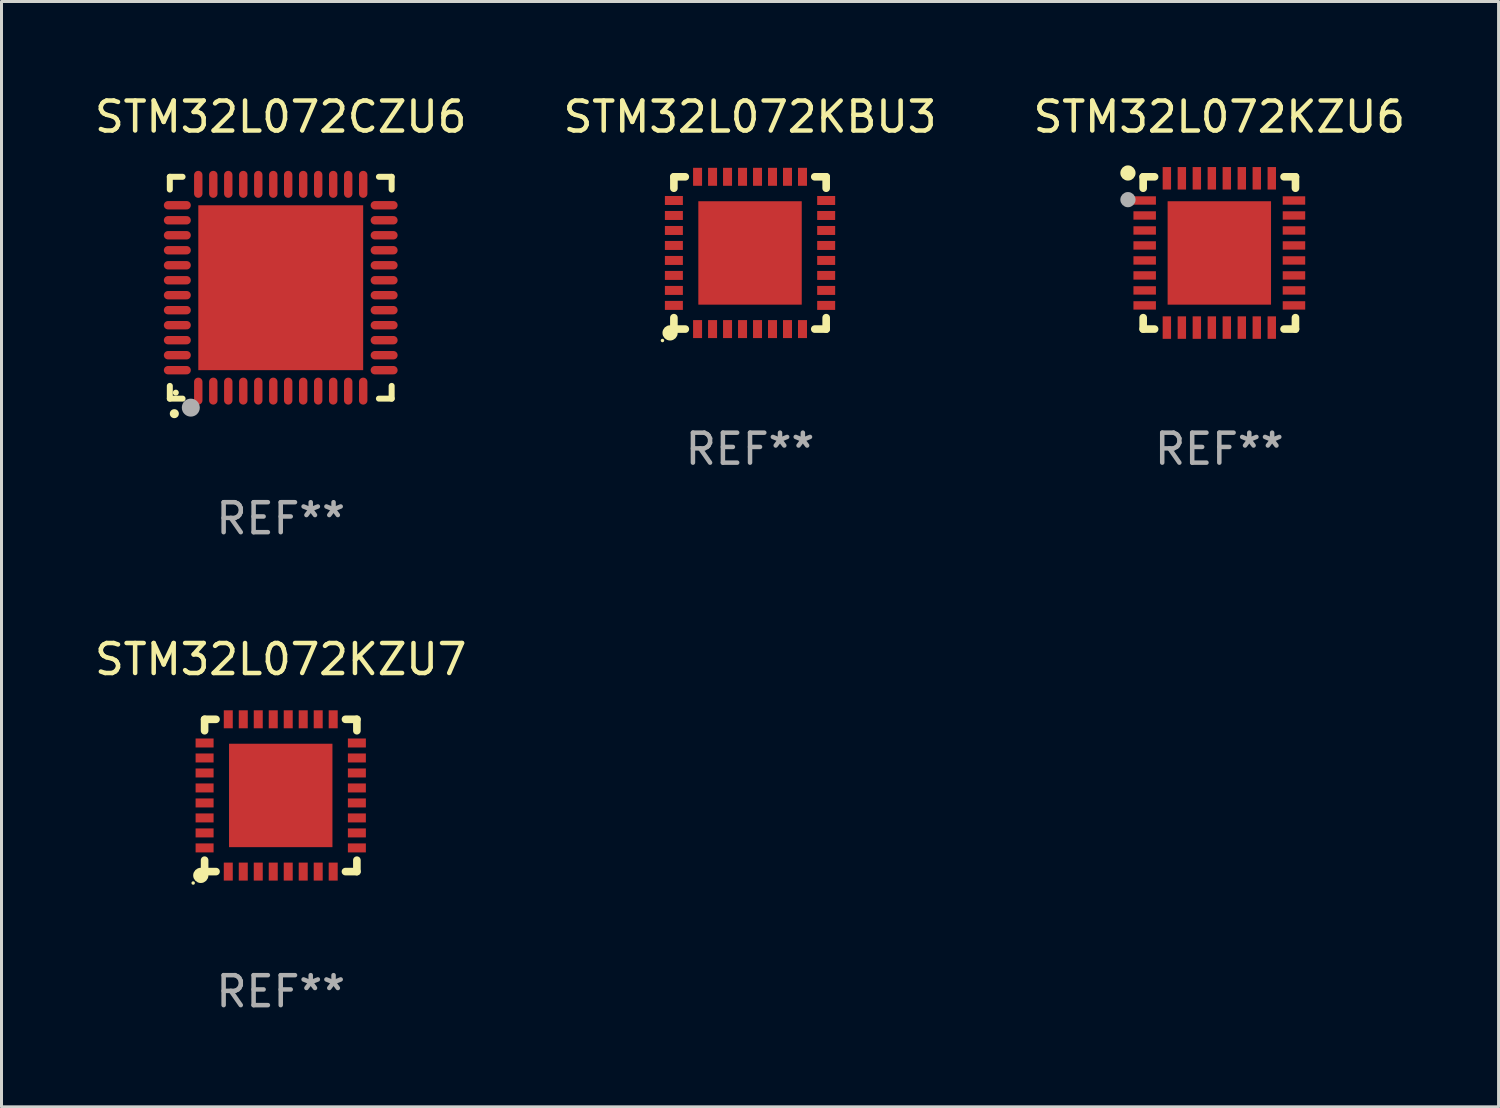
<source format=kicad_pcb>
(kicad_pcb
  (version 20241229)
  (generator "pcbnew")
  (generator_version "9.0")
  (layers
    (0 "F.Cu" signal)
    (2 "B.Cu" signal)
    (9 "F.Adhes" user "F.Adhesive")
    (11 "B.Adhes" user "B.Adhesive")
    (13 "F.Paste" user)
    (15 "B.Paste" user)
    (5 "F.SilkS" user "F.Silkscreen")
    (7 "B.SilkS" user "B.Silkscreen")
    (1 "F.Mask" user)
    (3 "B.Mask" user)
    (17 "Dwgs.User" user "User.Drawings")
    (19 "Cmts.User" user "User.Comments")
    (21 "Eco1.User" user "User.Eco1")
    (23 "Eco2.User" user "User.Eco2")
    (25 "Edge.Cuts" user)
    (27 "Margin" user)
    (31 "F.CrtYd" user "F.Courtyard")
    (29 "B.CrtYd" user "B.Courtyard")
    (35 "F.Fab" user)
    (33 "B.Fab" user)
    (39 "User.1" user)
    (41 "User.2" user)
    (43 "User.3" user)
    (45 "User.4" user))
  (footprint "STM32L072CZU6"
    (layer "F.Cu")
    (at 6.315 6.548)
    (property "Reference" "STM32L072CZU6" (at 0 -5.7 0) (layer "F.SilkS") (effects (font (size 1 1) (thickness 0.15))))
    (attr through_hole)
    (fp_line (start -3.7 -3.7) (end -3.275 -3.7) (stroke (width 0.2) (type solid)) (layer "F.SilkS"))
    (fp_line (start -3.7 -3.275) (end -3.7 -3.7) (stroke (width 0.2) (type solid)) (layer "F.SilkS"))
    (fp_line (start -3.7 3.7) (end -3.7 3.275) (stroke (width 0.2) (type solid)) (layer "F.SilkS"))
    (fp_line (start -3.275 3.7) (end -3.7 3.7) (stroke (width 0.2) (type solid)) (layer "F.SilkS"))
    (fp_line (start 3.7 -3.7) (end 3.275 -3.7) (stroke (width 0.2) (type solid)) (layer "F.SilkS"))
    (fp_line (start 3.7 -3.275) (end 3.7 -3.7) (stroke (width 0.2) (type solid)) (layer "F.SilkS"))
    (fp_line (start 3.7 3.275) (end 3.7 3.7) (stroke (width 0.2) (type solid)) (layer "F.SilkS"))
    (fp_line (start 3.7 3.7) (end 3.275 3.7) (stroke (width 0.2) (type solid)) (layer "F.SilkS"))
    (fp_arc (start -3.550927 4.201168) (mid -3.549657 4.201163) (end -3.548387 4.201168) (stroke (width 0.3) (type solid)) (layer "F.SilkS"))
    (fp_circle (center -3.5 3.5) (end -3.45 3.5) (stroke (width 0.1) (type solid)) (fill no) (layer "F.SilkS"))
    (fp_circle (center -3 4) (end -2.85 4) (stroke (width 0.3) (type solid)) (fill no) (layer "F.Fab"))
    (fp_text user "REF**" (at 0 7.7 0) (layer "F.Fab") (effects (font (size 1 1) (thickness 0.15))))
    (pad "1" smd oval (at -2.751 3.449) (size 0.28 0.9) (layers "F.Cu" "F.Mask" "F.Paste"))
    (pad "2" smd oval (at -2.25 3.449) (size 0.28 0.9) (layers "F.Cu" "F.Mask" "F.Paste"))
    (pad "3" smd oval (at -1.75 3.449) (size 0.28 0.9) (layers "F.Cu" "F.Mask" "F.Paste"))
    (pad "4" smd oval (at -1.25 3.449) (size 0.28 0.9) (layers "F.Cu" "F.Mask" "F.Paste"))
    (pad "5" smd oval (at -0.749 3.449) (size 0.28 0.9) (layers "F.Cu" "F.Mask" "F.Paste"))
    (pad "6" smd oval (at -0.249 3.449) (size 0.28 0.9) (layers "F.Cu" "F.Mask" "F.Paste"))
    (pad "7" smd oval (at 0.249 3.449) (size 0.28 0.9) (layers "F.Cu" "F.Mask" "F.Paste"))
    (pad "8" smd oval (at 0.749 3.449) (size 0.28 0.9) (layers "F.Cu" "F.Mask" "F.Paste"))
    (pad "9" smd oval (at 1.25 3.449) (size 0.28 0.9) (layers "F.Cu" "F.Mask" "F.Paste"))
    (pad "10" smd oval (at 1.75 3.449) (size 0.28 0.9) (layers "F.Cu" "F.Mask" "F.Paste"))
    (pad "11" smd oval (at 2.251 3.449) (size 0.28 0.9) (layers "F.Cu" "F.Mask" "F.Paste"))
    (pad "12" smd oval (at 2.751 3.449) (size 0.28 0.9) (layers "F.Cu" "F.Mask" "F.Paste"))
    (pad "13" smd oval (at 3.449 2.751) (size 0.9 0.28) (layers "F.Cu" "F.Mask" "F.Paste"))
    (pad "14" smd oval (at 3.449 2.251) (size 0.9 0.28) (layers "F.Cu" "F.Mask" "F.Paste"))
    (pad "15" smd oval (at 3.449 1.75) (size 0.9 0.28) (layers "F.Cu" "F.Mask" "F.Paste"))
    (pad "16" smd oval (at 3.449 1.25) (size 0.9 0.28) (layers "F.Cu" "F.Mask" "F.Paste"))
    (pad "17" smd oval (at 3.449 0.749) (size 0.9 0.28) (layers "F.Cu" "F.Mask" "F.Paste"))
    (pad "18" smd oval (at 3.449 0.249) (size 0.9 0.28) (layers "F.Cu" "F.Mask" "F.Paste"))
    (pad "19" smd oval (at 3.449 -0.249) (size 0.9 0.28) (layers "F.Cu" "F.Mask" "F.Paste"))
    (pad "20" smd oval (at 3.449 -0.749) (size 0.9 0.28) (layers "F.Cu" "F.Mask" "F.Paste"))
    (pad "21" smd oval (at 3.449 -1.25) (size 0.9 0.28) (layers "F.Cu" "F.Mask" "F.Paste"))
    (pad "22" smd oval (at 3.449 -1.75) (size 0.9 0.28) (layers "F.Cu" "F.Mask" "F.Paste"))
    (pad "23" smd oval (at 3.449 -2.25) (size 0.9 0.28) (layers "F.Cu" "F.Mask" "F.Paste"))
    (pad "24" smd oval (at 3.449 -2.751) (size 0.9 0.28) (layers "F.Cu" "F.Mask" "F.Paste"))
    (pad "25" smd oval (at 2.751 -3.449) (size 0.28 0.9) (layers "F.Cu" "F.Mask" "F.Paste"))
    (pad "26" smd oval (at 2.251 -3.449) (size 0.28 0.9) (layers "F.Cu" "F.Mask" "F.Paste"))
    (pad "27" smd oval (at 1.75 -3.449) (size 0.28 0.9) (layers "F.Cu" "F.Mask" "F.Paste"))
    (pad "28" smd oval (at 1.25 -3.449) (size 0.28 0.9) (layers "F.Cu" "F.Mask" "F.Paste"))
    (pad "29" smd oval (at 0.749 -3.449) (size 0.28 0.9) (layers "F.Cu" "F.Mask" "F.Paste"))
    (pad "30" smd oval (at 0.249 -3.449) (size 0.28 0.9) (layers "F.Cu" "F.Mask" "F.Paste"))
    (pad "31" smd oval (at -0.249 -3.449) (size 0.28 0.9) (layers "F.Cu" "F.Mask" "F.Paste"))
    (pad "32" smd oval (at -0.749 -3.449) (size 0.28 0.9) (layers "F.Cu" "F.Mask" "F.Paste"))
    (pad "33" smd oval (at -1.25 -3.449) (size 0.28 0.9) (layers "F.Cu" "F.Mask" "F.Paste"))
    (pad "34" smd oval (at -1.75 -3.449) (size 0.28 0.9) (layers "F.Cu" "F.Mask" "F.Paste"))
    (pad "35" smd oval (at -2.25 -3.449) (size 0.28 0.9) (layers "F.Cu" "F.Mask" "F.Paste"))
    (pad "36" smd oval (at -2.751 -3.449) (size 0.28 0.9) (layers "F.Cu" "F.Mask" "F.Paste"))
    (pad "37" smd oval (at -3.449 -2.751) (size 0.9 0.28) (layers "F.Cu" "F.Mask" "F.Paste"))
    (pad "38" smd oval (at -3.449 -2.25) (size 0.9 0.28) (layers "F.Cu" "F.Mask" "F.Paste"))
    (pad "39" smd oval (at -3.449 -1.75) (size 0.9 0.28) (layers "F.Cu" "F.Mask" "F.Paste"))
    (pad "40" smd oval (at -3.449 -1.25) (size 0.9 0.28) (layers "F.Cu" "F.Mask" "F.Paste"))
    (pad "41" smd oval (at -3.449 -0.749) (size 0.9 0.28) (layers "F.Cu" "F.Mask" "F.Paste"))
    (pad "42" smd oval (at -3.449 -0.249) (size 0.9 0.28) (layers "F.Cu" "F.Mask" "F.Paste"))
    (pad "43" smd oval (at -3.449 0.249) (size 0.9 0.28) (layers "F.Cu" "F.Mask" "F.Paste"))
    (pad "44" smd oval (at -3.449 0.749) (size 0.9 0.28) (layers "F.Cu" "F.Mask" "F.Paste"))
    (pad "45" smd oval (at -3.449 1.25) (size 0.9 0.28) (layers "F.Cu" "F.Mask" "F.Paste"))
    (pad "46" smd oval (at -3.449 1.75) (size 0.9 0.28) (layers "F.Cu" "F.Mask" "F.Paste"))
    (pad "47" smd oval (at -3.449 2.251) (size 0.9 0.28) (layers "F.Cu" "F.Mask" "F.Paste"))
    (pad "48" smd oval (at -3.449 2.751) (size 0.9 0.28) (layers "F.Cu" "F.Mask" "F.Paste"))
    (pad "49" smd rect (at 0.000076 0.000076) (size 5.5 5.5) (layers "F.Cu" "F.Mask" "F.Paste")))
  (footprint "STM32L072KBU3"
    (layer "F.Cu")
    (at 21.97 5.388)
    (property "Reference" "STM32L072KBU3" (at 0 -4.54 0) (layer "F.SilkS") (effects (font (size 1 1) (thickness 0.15))))
    (attr through_hole)
    (fp_line (start -2.54 -2.54) (end -2.159 -2.54) (stroke (width 0.254) (type solid)) (layer "F.SilkS"))
    (fp_line (start -2.54 -2.159) (end -2.54 -2.54) (stroke (width 0.254) (type solid)) (layer "F.SilkS"))
    (fp_line (start -2.54 2.54) (end -2.54 2.159) (stroke (width 0.254) (type solid)) (layer "F.SilkS"))
    (fp_line (start -2.159 2.54) (end -2.54 2.54) (stroke (width 0.254) (type solid)) (layer "F.SilkS"))
    (fp_line (start 2.159 -2.54) (end 2.54 -2.54) (stroke (width 0.254) (type solid)) (layer "F.SilkS"))
    (fp_line (start 2.54 -2.54) (end 2.54 -2.159) (stroke (width 0.254) (type solid)) (layer "F.SilkS"))
    (fp_line (start 2.54 2.159) (end 2.54 2.54) (stroke (width 0.254) (type solid)) (layer "F.SilkS"))
    (fp_line (start 2.54 2.54) (end 2.159 2.54) (stroke (width 0.254) (type solid)) (layer "F.SilkS"))
    (fp_circle (center -2.921 2.921) (end -2.891 2.921) (stroke (width 0.06) (type solid)) (fill no) (layer "F.SilkS"))
    (fp_circle (center -2.667 2.667) (end -2.54 2.667) (stroke (width 0.254) (type solid)) (fill no) (layer "F.SilkS"))
    (fp_text user "REF**" (at 0 6.54 0) (layer "F.Fab") (effects (font (size 1 1) (thickness 0.15))))
    (pad "1" smd rect (at -1.75 2.54 90) (size 0.6 0.3) (layers "F.Cu" "F.Mask" "F.Paste"))
    (pad "2" smd rect (at -1.25 2.54 90) (size 0.6 0.3) (layers "F.Cu" "F.Mask" "F.Paste"))
    (pad "3" smd rect (at -0.75 2.54 90) (size 0.6 0.3) (layers "F.Cu" "F.Mask" "F.Paste"))
    (pad "4" smd rect (at -0.25 2.54 90) (size 0.6 0.3) (layers "F.Cu" "F.Mask" "F.Paste"))
    (pad "5" smd rect (at 0.25 2.54 90) (size 0.6 0.3) (layers "F.Cu" "F.Mask" "F.Paste"))
    (pad "6" smd rect (at 0.75 2.54 90) (size 0.6 0.3) (layers "F.Cu" "F.Mask" "F.Paste"))
    (pad "7" smd rect (at 1.25 2.54 90) (size 0.6 0.3) (layers "F.Cu" "F.Mask" "F.Paste"))
    (pad "8" smd rect (at 1.75 2.54 90) (size 0.6 0.3) (layers "F.Cu" "F.Mask" "F.Paste"))
    (pad "9" smd rect (at 2.54 1.75 180) (size 0.6 0.3) (layers "F.Cu" "F.Mask" "F.Paste"))
    (pad "10" smd rect (at 2.54 1.25 180) (size 0.6 0.3) (layers "F.Cu" "F.Mask" "F.Paste"))
    (pad "11" smd rect (at 2.54 0.75 180) (size 0.6 0.3) (layers "F.Cu" "F.Mask" "F.Paste"))
    (pad "12" smd rect (at 2.54 0.25 180) (size 0.6 0.3) (layers "F.Cu" "F.Mask" "F.Paste"))
    (pad "13" smd rect (at 2.54 -0.25 180) (size 0.6 0.3) (layers "F.Cu" "F.Mask" "F.Paste"))
    (pad "14" smd rect (at 2.54 -0.75 180) (size 0.6 0.3) (layers "F.Cu" "F.Mask" "F.Paste"))
    (pad "15" smd rect (at 2.54 -1.25 180) (size 0.6 0.3) (layers "F.Cu" "F.Mask" "F.Paste"))
    (pad "16" smd rect (at 2.54 -1.75 180) (size 0.6 0.3) (layers "F.Cu" "F.Mask" "F.Paste"))
    (pad "17" smd rect (at 1.75 -2.54 270) (size 0.6 0.3) (layers "F.Cu" "F.Mask" "F.Paste"))
    (pad "18" smd rect (at 1.25 -2.54 270) (size 0.6 0.3) (layers "F.Cu" "F.Mask" "F.Paste"))
    (pad "19" smd rect (at 0.75 -2.54 270) (size 0.6 0.3) (layers "F.Cu" "F.Mask" "F.Paste"))
    (pad "20" smd rect (at 0.25 -2.54 270) (size 0.6 0.3) (layers "F.Cu" "F.Mask" "F.Paste"))
    (pad "21" smd rect (at -0.25 -2.54 270) (size 0.6 0.3) (layers "F.Cu" "F.Mask" "F.Paste"))
    (pad "22" smd rect (at -0.75 -2.54 270) (size 0.6 0.3) (layers "F.Cu" "F.Mask" "F.Paste"))
    (pad "23" smd rect (at -1.25 -2.54 270) (size 0.6 0.3) (layers "F.Cu" "F.Mask" "F.Paste"))
    (pad "24" smd rect (at -1.75 -2.54 270) (size 0.6 0.3) (layers "F.Cu" "F.Mask" "F.Paste"))
    (pad "25" smd rect (at -2.54 -1.75) (size 0.6 0.3) (layers "F.Cu" "F.Mask" "F.Paste"))
    (pad "26" smd rect (at -2.54 -1.25) (size 0.6 0.3) (layers "F.Cu" "F.Mask" "F.Paste"))
    (pad "27" smd rect (at -2.54 -0.75) (size 0.6 0.3) (layers "F.Cu" "F.Mask" "F.Paste"))
    (pad "28" smd rect (at -2.54 -0.25) (size 0.6 0.3) (layers "F.Cu" "F.Mask" "F.Paste"))
    (pad "29" smd rect (at -2.54 0.25) (size 0.6 0.3) (layers "F.Cu" "F.Mask" "F.Paste"))
    (pad "30" smd rect (at -2.54 0.75) (size 0.6 0.3) (layers "F.Cu" "F.Mask" "F.Paste"))
    (pad "31" smd rect (at -2.54 1.25) (size 0.6 0.3) (layers "F.Cu" "F.Mask" "F.Paste"))
    (pad "32" smd rect (at -2.54 1.75) (size 0.6 0.3) (layers "F.Cu" "F.Mask" "F.Paste"))
    (pad "33" smd rect (at 0 0) (size 3.45 3.45) (layers "F.Cu" "F.Mask" "F.Paste")))
  (footprint "STM32L072KZU7"
    (layer "F.Cu")
    (at 6.315 23.485)
    (property "Reference" "STM32L072KZU7" (at 0 -4.54 0) (layer "F.SilkS") (effects (font (size 1 1) (thickness 0.15))))
    (attr through_hole)
    (fp_line (start -2.54 -2.54) (end -2.159 -2.54) (stroke (width 0.254) (type solid)) (layer "F.SilkS"))
    (fp_line (start -2.54 -2.159) (end -2.54 -2.54) (stroke (width 0.254) (type solid)) (layer "F.SilkS"))
    (fp_line (start -2.54 2.54) (end -2.54 2.159) (stroke (width 0.254) (type solid)) (layer "F.SilkS"))
    (fp_line (start -2.159 2.54) (end -2.54 2.54) (stroke (width 0.254) (type solid)) (layer "F.SilkS"))
    (fp_line (start 2.159 -2.54) (end 2.54 -2.54) (stroke (width 0.254) (type solid)) (layer "F.SilkS"))
    (fp_line (start 2.54 -2.54) (end 2.54 -2.159) (stroke (width 0.254) (type solid)) (layer "F.SilkS"))
    (fp_line (start 2.54 2.159) (end 2.54 2.54) (stroke (width 0.254) (type solid)) (layer "F.SilkS"))
    (fp_line (start 2.54 2.54) (end 2.159 2.54) (stroke (width 0.254) (type solid)) (layer "F.SilkS"))
    (fp_circle (center -2.921 2.921) (end -2.891 2.921) (stroke (width 0.06) (type solid)) (fill no) (layer "F.SilkS"))
    (fp_circle (center -2.667 2.667) (end -2.54 2.667) (stroke (width 0.254) (type solid)) (fill no) (layer "F.SilkS"))
    (fp_text user "REF**" (at 0 6.54 0) (layer "F.Fab") (effects (font (size 1 1) (thickness 0.15))))
    (pad "1" smd rect (at -1.75 2.54 90) (size 0.6 0.3) (layers "F.Cu" "F.Mask" "F.Paste"))
    (pad "2" smd rect (at -1.25 2.54 90) (size 0.6 0.3) (layers "F.Cu" "F.Mask" "F.Paste"))
    (pad "3" smd rect (at -0.75 2.54 90) (size 0.6 0.3) (layers "F.Cu" "F.Mask" "F.Paste"))
    (pad "4" smd rect (at -0.25 2.54 90) (size 0.6 0.3) (layers "F.Cu" "F.Mask" "F.Paste"))
    (pad "5" smd rect (at 0.25 2.54 90) (size 0.6 0.3) (layers "F.Cu" "F.Mask" "F.Paste"))
    (pad "6" smd rect (at 0.75 2.54 90) (size 0.6 0.3) (layers "F.Cu" "F.Mask" "F.Paste"))
    (pad "7" smd rect (at 1.25 2.54 90) (size 0.6 0.3) (layers "F.Cu" "F.Mask" "F.Paste"))
    (pad "8" smd rect (at 1.75 2.54 90) (size 0.6 0.3) (layers "F.Cu" "F.Mask" "F.Paste"))
    (pad "9" smd rect (at 2.54 1.75 180) (size 0.6 0.3) (layers "F.Cu" "F.Mask" "F.Paste"))
    (pad "10" smd rect (at 2.54 1.25 180) (size 0.6 0.3) (layers "F.Cu" "F.Mask" "F.Paste"))
    (pad "11" smd rect (at 2.54 0.75 180) (size 0.6 0.3) (layers "F.Cu" "F.Mask" "F.Paste"))
    (pad "12" smd rect (at 2.54 0.25 180) (size 0.6 0.3) (layers "F.Cu" "F.Mask" "F.Paste"))
    (pad "13" smd rect (at 2.54 -0.25 180) (size 0.6 0.3) (layers "F.Cu" "F.Mask" "F.Paste"))
    (pad "14" smd rect (at 2.54 -0.75 180) (size 0.6 0.3) (layers "F.Cu" "F.Mask" "F.Paste"))
    (pad "15" smd rect (at 2.54 -1.25 180) (size 0.6 0.3) (layers "F.Cu" "F.Mask" "F.Paste"))
    (pad "16" smd rect (at 2.54 -1.75 180) (size 0.6 0.3) (layers "F.Cu" "F.Mask" "F.Paste"))
    (pad "17" smd rect (at 1.75 -2.54 270) (size 0.6 0.3) (layers "F.Cu" "F.Mask" "F.Paste"))
    (pad "18" smd rect (at 1.25 -2.54 270) (size 0.6 0.3) (layers "F.Cu" "F.Mask" "F.Paste"))
    (pad "19" smd rect (at 0.75 -2.54 270) (size 0.6 0.3) (layers "F.Cu" "F.Mask" "F.Paste"))
    (pad "20" smd rect (at 0.25 -2.54 270) (size 0.6 0.3) (layers "F.Cu" "F.Mask" "F.Paste"))
    (pad "21" smd rect (at -0.25 -2.54 270) (size 0.6 0.3) (layers "F.Cu" "F.Mask" "F.Paste"))
    (pad "22" smd rect (at -0.75 -2.54 270) (size 0.6 0.3) (layers "F.Cu" "F.Mask" "F.Paste"))
    (pad "23" smd rect (at -1.25 -2.54 270) (size 0.6 0.3) (layers "F.Cu" "F.Mask" "F.Paste"))
    (pad "24" smd rect (at -1.75 -2.54 270) (size 0.6 0.3) (layers "F.Cu" "F.Mask" "F.Paste"))
    (pad "25" smd rect (at -2.54 -1.75) (size 0.6 0.3) (layers "F.Cu" "F.Mask" "F.Paste"))
    (pad "26" smd rect (at -2.54 -1.25) (size 0.6 0.3) (layers "F.Cu" "F.Mask" "F.Paste"))
    (pad "27" smd rect (at -2.54 -0.75) (size 0.6 0.3) (layers "F.Cu" "F.Mask" "F.Paste"))
    (pad "28" smd rect (at -2.54 -0.25) (size 0.6 0.3) (layers "F.Cu" "F.Mask" "F.Paste"))
    (pad "29" smd rect (at -2.54 0.25) (size 0.6 0.3) (layers "F.Cu" "F.Mask" "F.Paste"))
    (pad "30" smd rect (at -2.54 0.75) (size 0.6 0.3) (layers "F.Cu" "F.Mask" "F.Paste"))
    (pad "31" smd rect (at -2.54 1.25) (size 0.6 0.3) (layers "F.Cu" "F.Mask" "F.Paste"))
    (pad "32" smd rect (at -2.54 1.75) (size 0.6 0.3) (layers "F.Cu" "F.Mask" "F.Paste"))
    (pad "33" smd rect (at 0 0) (size 3.45 3.45) (layers "F.Cu" "F.Mask" "F.Paste")))
  (footprint "STM32L072KZU6"
    (layer "F.Cu")
    (at 37.625 5.388)
    (property "Reference" "STM32L072KZU6" (at 0 -4.54 0) (layer "F.SilkS") (effects (font (size 1 1) (thickness 0.15))))
    (attr through_hole)
    (fp_line (start -2.54 -2.54) (end -2.159 -2.54) (stroke (width 0.254) (type solid)) (layer "F.SilkS"))
    (fp_line (start -2.54 -2.159) (end -2.54 -2.54) (stroke (width 0.254) (type solid)) (layer "F.SilkS"))
    (fp_line (start -2.54 2.54) (end -2.54 2.159) (stroke (width 0.254) (type solid)) (layer "F.SilkS"))
    (fp_line (start -2.159 2.54) (end -2.54 2.54) (stroke (width 0.254) (type solid)) (layer "F.SilkS"))
    (fp_line (start 2.159 -2.54) (end 2.54 -2.54) (stroke (width 0.254) (type solid)) (layer "F.SilkS"))
    (fp_line (start 2.54 -2.54) (end 2.54 -2.159) (stroke (width 0.254) (type solid)) (layer "F.SilkS"))
    (fp_line (start 2.54 2.159) (end 2.54 2.54) (stroke (width 0.254) (type solid)) (layer "F.SilkS"))
    (fp_line (start 2.54 2.54) (end 2.159 2.54) (stroke (width 0.254) (type solid)) (layer "F.SilkS"))
    (fp_circle (center -3.048 -2.667) (end -2.921 -2.667) (stroke (width 0.254) (type solid)) (fill no) (layer "F.SilkS"))
    (fp_circle (center -2.5 -2.5) (end -2.47 -2.5) (stroke (width 0.06) (type solid)) (fill no) (layer "F.SilkS"))
    (fp_circle (center -3.048 -1.778) (end -2.921 -1.778) (stroke (width 0.254) (type solid)) (fill no) (layer "F.Fab"))
    (fp_text user "REF**" (at 0 6.54 0) (layer "F.Fab") (effects (font (size 1 1) (thickness 0.15))))
    (pad "1" smd rect (at -2.49 -1.75) (size 0.75 0.28) (layers "F.Cu" "F.Mask" "F.Paste"))
    (pad "2" smd rect (at -2.49 -1.25) (size 0.75 0.28) (layers "F.Cu" "F.Mask" "F.Paste"))
    (pad "3" smd rect (at -2.49 -0.75) (size 0.75 0.28) (layers "F.Cu" "F.Mask" "F.Paste"))
    (pad "4" smd rect (at -2.49 -0.25) (size 0.75 0.28) (layers "F.Cu" "F.Mask" "F.Paste"))
    (pad "5" smd rect (at -2.49 0.25) (size 0.75 0.28) (layers "F.Cu" "F.Mask" "F.Paste"))
    (pad "6" smd rect (at -2.49 0.75) (size 0.75 0.28) (layers "F.Cu" "F.Mask" "F.Paste"))
    (pad "7" smd rect (at -2.49 1.25) (size 0.75 0.28) (layers "F.Cu" "F.Mask" "F.Paste"))
    (pad "8" smd rect (at -2.49 1.75) (size 0.75 0.28) (layers "F.Cu" "F.Mask" "F.Paste"))
    (pad "9" smd rect (at -1.75 2.49) (size 0.28 0.75) (layers "F.Cu" "F.Mask" "F.Paste"))
    (pad "10" smd rect (at -1.25 2.49) (size 0.28 0.75) (layers "F.Cu" "F.Mask" "F.Paste"))
    (pad "11" smd rect (at -0.75 2.49) (size 0.28 0.75) (layers "F.Cu" "F.Mask" "F.Paste"))
    (pad "12" smd rect (at -0.25 2.49) (size 0.28 0.75) (layers "F.Cu" "F.Mask" "F.Paste"))
    (pad "13" smd rect (at 0.25 2.49) (size 0.28 0.75) (layers "F.Cu" "F.Mask" "F.Paste"))
    (pad "14" smd rect (at 0.75 2.49) (size 0.28 0.75) (layers "F.Cu" "F.Mask" "F.Paste"))
    (pad "15" smd rect (at 1.25 2.49) (size 0.28 0.75) (layers "F.Cu" "F.Mask" "F.Paste"))
    (pad "16" smd rect (at 1.75 2.49) (size 0.28 0.75) (layers "F.Cu" "F.Mask" "F.Paste"))
    (pad "17" smd rect (at 2.49 1.75) (size 0.75 0.28) (layers "F.Cu" "F.Mask" "F.Paste"))
    (pad "18" smd rect (at 2.49 1.25) (size 0.75 0.28) (layers "F.Cu" "F.Mask" "F.Paste"))
    (pad "19" smd rect (at 2.49 0.75) (size 0.75 0.28) (layers "F.Cu" "F.Mask" "F.Paste"))
    (pad "20" smd rect (at 2.49 0.25) (size 0.75 0.28) (layers "F.Cu" "F.Mask" "F.Paste"))
    (pad "21" smd rect (at 2.49 -0.25) (size 0.75 0.28) (layers "F.Cu" "F.Mask" "F.Paste"))
    (pad "22" smd rect (at 2.49 -0.75) (size 0.75 0.28) (layers "F.Cu" "F.Mask" "F.Paste"))
    (pad "23" smd rect (at 2.49 -1.25) (size 0.75 0.28) (layers "F.Cu" "F.Mask" "F.Paste"))
    (pad "24" smd rect (at 2.49 -1.75) (size 0.75 0.28) (layers "F.Cu" "F.Mask" "F.Paste"))
    (pad "25" smd rect (at 1.75 -2.49) (size 0.28 0.75) (layers "F.Cu" "F.Mask" "F.Paste"))
    (pad "26" smd rect (at 1.25 -2.49) (size 0.28 0.75) (layers "F.Cu" "F.Mask" "F.Paste"))
    (pad "27" smd rect (at 0.75 -2.49) (size 0.28 0.75) (layers "F.Cu" "F.Mask" "F.Paste"))
    (pad "28" smd rect (at 0.25 -2.49) (size 0.28 0.75) (layers "F.Cu" "F.Mask" "F.Paste"))
    (pad "29" smd rect (at -0.25 -2.49) (size 0.28 0.75) (layers "F.Cu" "F.Mask" "F.Paste"))
    (pad "30" smd rect (at -0.75 -2.49) (size 0.28 0.75) (layers "F.Cu" "F.Mask" "F.Paste"))
    (pad "31" smd rect (at -1.25 -2.49) (size 0.28 0.75) (layers "F.Cu" "F.Mask" "F.Paste"))
    (pad "32" smd rect (at -1.75 -2.49) (size 0.28 0.75) (layers "F.Cu" "F.Mask" "F.Paste"))
    (pad "33" smd rect (at 0 0) (size 3.45 3.45) (layers "F.Cu" "F.Mask" "F.Paste")))
  (gr_rect
    (start -3 -3)
    (end 46.94 33.873)
    (stroke (width 0.1) (type default))
    (fill no)
    (layer "Edge.Cuts")))
</source>
